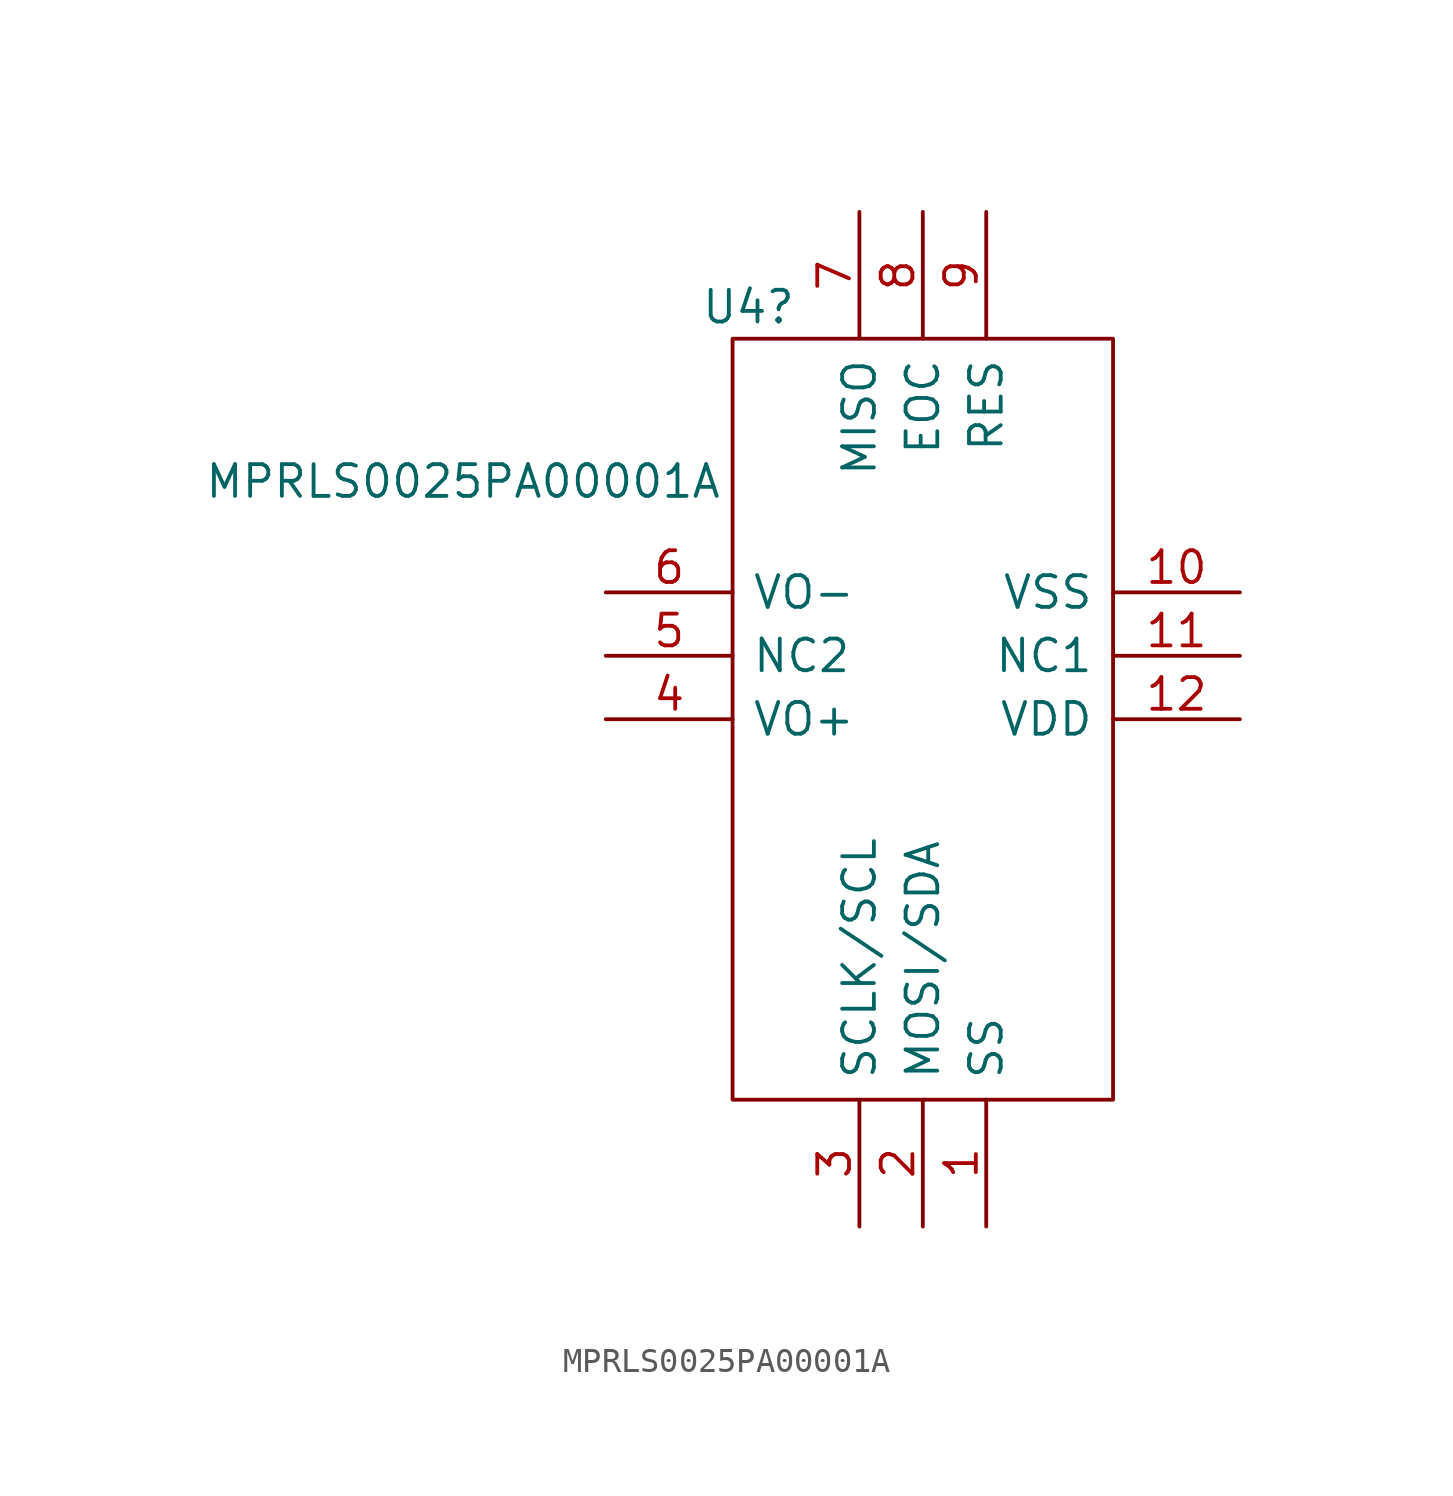
<source format=kicad_sym>
(kicad_symbol_lib
  (version 20220914)
  (generator kicad_symbol_editor)
  (symbol "MPRLS0025PA00001A"
    (pin_names
      (offset 0.762))
    (property "Reference" "U4"
      (at 5.715 11.43 0)
      (effects (font (size 1.27 1.27))))
    (property "Value" "MPRLS0025PA00001A"
      (at -5.715 4.445 0)
      (effects (font (size 1.27 1.27))))
    (symbol "MPRLS0025PA00001A_0_0"
      (pin passive line (at 15.24 -25.4 90) (length 5.08) (name "SS" (effects (font (size 1.27 1.27)))) (number "1" (effects (font (size 1.27 1.27)))))
      (pin passive line (at 25.4 0 180) (length 5.08) (name "VSS" (effects (font (size 1.27 1.27)))) (number "10" (effects (font (size 1.27 1.27)))))
      (pin passive line (at 25.4 -2.54 180) (length 5.08) (name "NC1" (effects (font (size 1.27 1.27)))) (number "11" (effects (font (size 1.27 1.27)))))
      (pin passive line (at 25.4 -5.08 180) (length 5.08) (name "VDD" (effects (font (size 1.27 1.27)))) (number "12" (effects (font (size 1.27 1.27)))))
      (pin passive line (at 12.7 -25.4 90) (length 5.08) (name "MOSI/SDA" (effects (font (size 1.27 1.27)))) (number "2" (effects (font (size 1.27 1.27)))))
      (pin passive line (at 10.16 -25.4 90) (length 5.08) (name "SCLK/SCL" (effects (font (size 1.27 1.27)))) (number "3" (effects (font (size 1.27 1.27)))))
      (pin passive line (at 0 -5.08 0) (length 5.08) (name "VO+" (effects (font (size 1.27 1.27)))) (number "4" (effects (font (size 1.27 1.27)))))
      (pin passive line (at 0 -2.54 0) (length 5.08) (name "NC2" (effects (font (size 1.27 1.27)))) (number "5" (effects (font (size 1.27 1.27)))))
      (pin passive line (at 0 0 0) (length 5.08) (name "VO-" (effects (font (size 1.27 1.27)))) (number "6" (effects (font (size 1.27 1.27)))))
      (pin passive line (at 10.16 15.24 270) (length 5.08) (name "MISO" (effects (font (size 1.27 1.27)))) (number "7" (effects (font (size 1.27 1.27)))))
      (pin passive line (at 12.7 15.24 270) (length 5.08) (name "EOC" (effects (font (size 1.27 1.27)))) (number "8" (effects (font (size 1.27 1.27)))))
      (pin passive line (at 15.24 15.24 270) (length 5.08) (name "RES" (effects (font (size 1.27 1.27)))) (number "9" (effects (font (size 1.27 1.27))))))
    (symbol "MPRLS0025PA00001A_0_1"
      (polyline (pts (xy 5.08 10.16) (xy 20.32 10.16) (xy 20.32 -20.32) (xy 5.08 -20.32) (xy 5.08 10.16)) (stroke (width 0.152) (type solid)) (fill (type none))))))
</source>
